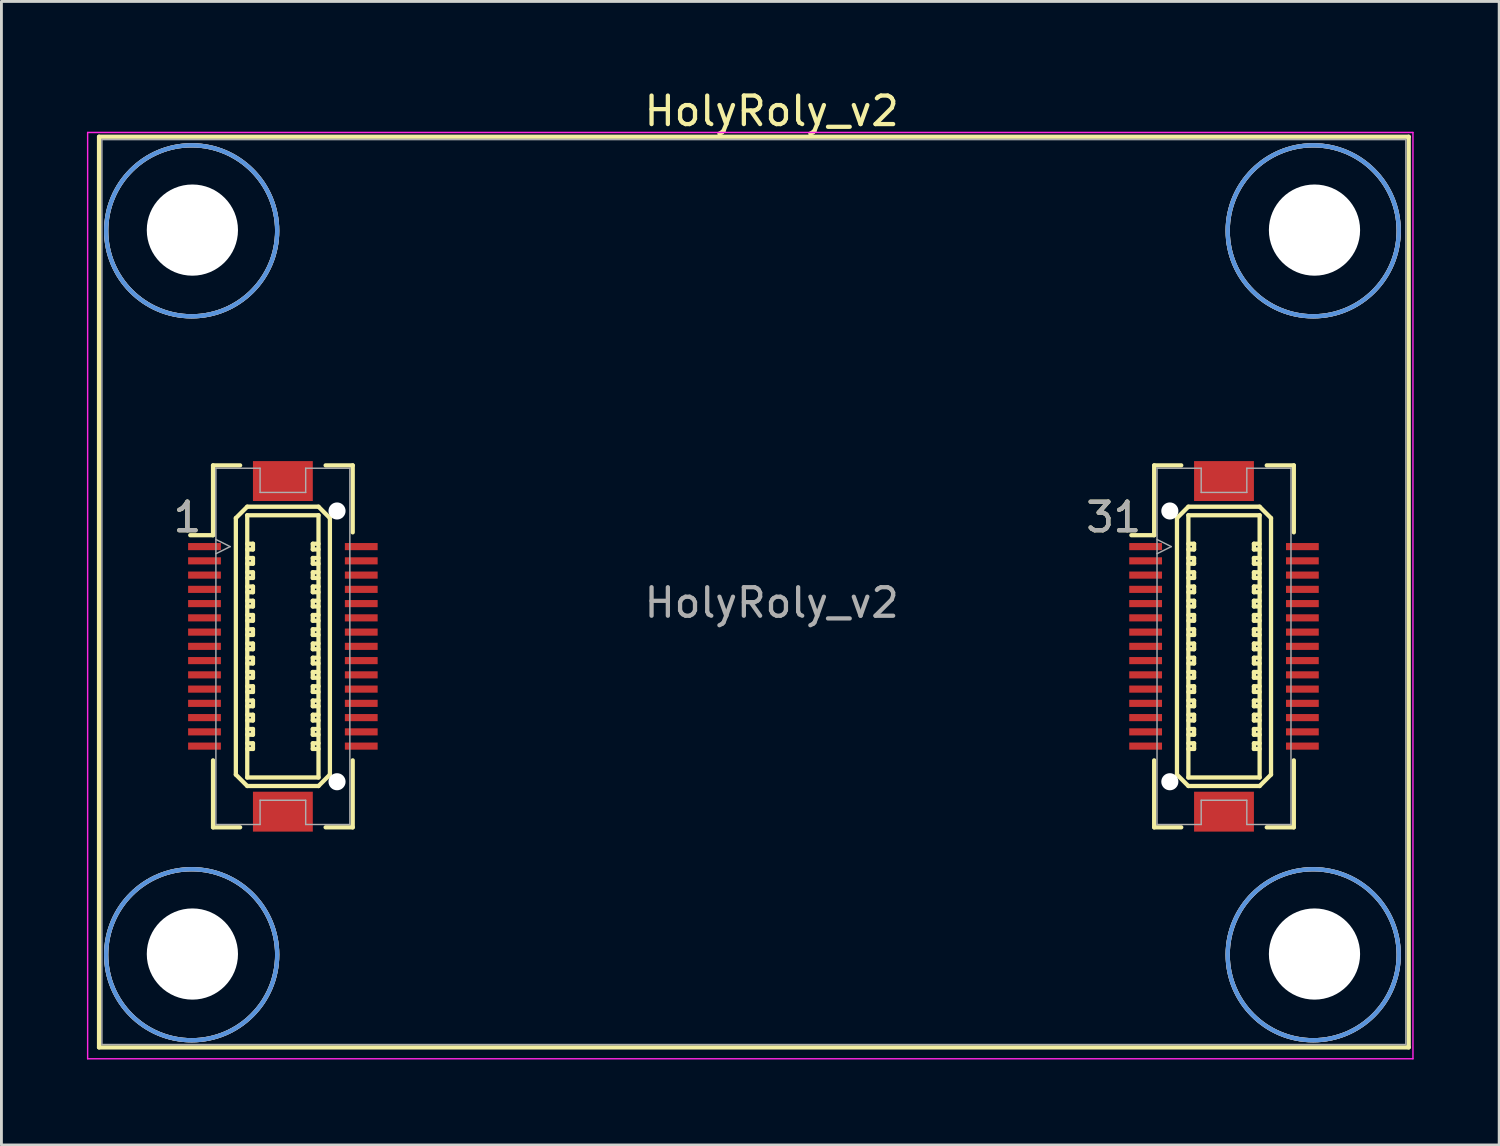
<source format=kicad_pcb>
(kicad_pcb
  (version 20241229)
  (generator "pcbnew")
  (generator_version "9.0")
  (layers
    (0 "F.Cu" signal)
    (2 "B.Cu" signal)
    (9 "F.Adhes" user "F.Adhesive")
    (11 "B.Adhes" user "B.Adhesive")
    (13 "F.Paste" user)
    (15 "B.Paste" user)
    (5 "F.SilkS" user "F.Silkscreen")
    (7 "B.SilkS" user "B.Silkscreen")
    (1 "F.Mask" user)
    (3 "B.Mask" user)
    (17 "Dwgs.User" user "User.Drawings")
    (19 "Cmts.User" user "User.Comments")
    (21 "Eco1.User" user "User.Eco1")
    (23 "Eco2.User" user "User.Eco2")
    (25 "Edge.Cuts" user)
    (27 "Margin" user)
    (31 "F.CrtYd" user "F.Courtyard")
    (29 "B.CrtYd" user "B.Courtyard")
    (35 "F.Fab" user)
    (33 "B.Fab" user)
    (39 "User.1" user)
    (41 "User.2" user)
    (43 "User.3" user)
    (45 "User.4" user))
  (footprint "HolyRoly_v2"
    (layer "F.Cu")
    (at 0.525 33.598)
    (property "Reference" "HolyRoly_v2" (at 23.5 -15.5 0) (layer "F.Fab") (effects (font (size 1 1) (thickness 0.15))))
    (attr smd)
    (fp_line (start -0.1 -31.85) (end 45.85 -31.85) (stroke (width 0.15) (type solid)) (layer "F.SilkS"))
    (fp_line (start -0.1 0.1) (end -0.1 -31.85) (stroke (width 0.15) (type solid)) (layer "F.SilkS"))
    (fp_line (start 3.9 -20.32) (end 3.9 -17.87) (stroke (width 0.15) (type solid)) (layer "F.SilkS"))
    (fp_line (start 3.9 -20.32) (end 4.85 -20.32) (stroke (width 0.15) (type solid)) (layer "F.SilkS"))
    (fp_line (start 3.9 -17.87) (end 3.1 -17.87) (stroke (width 0.15) (type solid)) (layer "F.SilkS"))
    (fp_line (start 3.9 -9.97) (end 3.9 -7.62) (stroke (width 0.15) (type solid)) (layer "F.SilkS"))
    (fp_line (start 3.9 -7.62) (end 4.85 -7.62) (stroke (width 0.15) (type solid)) (layer "F.SilkS"))
    (fp_line (start 4.7 -18.47) (end 5.1 -18.87) (stroke (width 0.15) (type solid)) (layer "F.SilkS"))
    (fp_line (start 4.7 -9.47) (end 4.7 -18.47) (stroke (width 0.15) (type solid)) (layer "F.SilkS"))
    (fp_line (start 5.1 -18.87) (end 7.6 -18.87) (stroke (width 0.15) (type solid)) (layer "F.SilkS"))
    (fp_line (start 5.1 -18.57) (end 7.6 -18.57) (stroke (width 0.15) (type solid)) (layer "F.SilkS"))
    (fp_line (start 5.1 -17.57) (end 5.3 -17.57) (stroke (width 0.15) (type solid)) (layer "F.SilkS"))
    (fp_line (start 5.1 -17.07) (end 5.3 -17.07) (stroke (width 0.15) (type solid)) (layer "F.SilkS"))
    (fp_line (start 5.1 -16.57) (end 5.3 -16.57) (stroke (width 0.15) (type solid)) (layer "F.SilkS"))
    (fp_line (start 5.1 -16.07) (end 5.3 -16.07) (stroke (width 0.15) (type solid)) (layer "F.SilkS"))
    (fp_line (start 5.1 -15.57) (end 5.3 -15.57) (stroke (width 0.15) (type solid)) (layer "F.SilkS"))
    (fp_line (start 5.1 -15.07) (end 5.3 -15.07) (stroke (width 0.15) (type solid)) (layer "F.SilkS"))
    (fp_line (start 5.1 -14.57) (end 5.3 -14.57) (stroke (width 0.15) (type solid)) (layer "F.SilkS"))
    (fp_line (start 5.1 -14.07) (end 5.3 -14.07) (stroke (width 0.15) (type solid)) (layer "F.SilkS"))
    (fp_line (start 5.1 -13.57) (end 5.3 -13.57) (stroke (width 0.15) (type solid)) (layer "F.SilkS"))
    (fp_line (start 5.1 -13.07) (end 5.3 -13.07) (stroke (width 0.15) (type solid)) (layer "F.SilkS"))
    (fp_line (start 5.1 -12.57) (end 5.3 -12.57) (stroke (width 0.15) (type solid)) (layer "F.SilkS"))
    (fp_line (start 5.1 -12.07) (end 5.3 -12.07) (stroke (width 0.15) (type solid)) (layer "F.SilkS"))
    (fp_line (start 5.1 -11.57) (end 5.3 -11.57) (stroke (width 0.15) (type solid)) (layer "F.SilkS"))
    (fp_line (start 5.1 -11.07) (end 5.3 -11.07) (stroke (width 0.15) (type solid)) (layer "F.SilkS"))
    (fp_line (start 5.1 -10.57) (end 5.3 -10.57) (stroke (width 0.15) (type solid)) (layer "F.SilkS"))
    (fp_line (start 5.1 -9.37) (end 5.1 -18.57) (stroke (width 0.15) (type solid)) (layer "F.SilkS"))
    (fp_line (start 5.1 -9.07) (end 4.7 -9.47) (stroke (width 0.15) (type solid)) (layer "F.SilkS"))
    (fp_line (start 5.3 -17.57) (end 5.3 -17.37) (stroke (width 0.15) (type solid)) (layer "F.SilkS"))
    (fp_line (start 5.3 -17.37) (end 5.1 -17.37) (stroke (width 0.15) (type solid)) (layer "F.SilkS"))
    (fp_line (start 5.3 -17.07) (end 5.3 -16.87) (stroke (width 0.15) (type solid)) (layer "F.SilkS"))
    (fp_line (start 5.3 -16.87) (end 5.1 -16.87) (stroke (width 0.15) (type solid)) (layer "F.SilkS"))
    (fp_line (start 5.3 -16.57) (end 5.3 -16.37) (stroke (width 0.15) (type solid)) (layer "F.SilkS"))
    (fp_line (start 5.3 -16.37) (end 5.1 -16.37) (stroke (width 0.15) (type solid)) (layer "F.SilkS"))
    (fp_line (start 5.3 -16.07) (end 5.3 -15.87) (stroke (width 0.15) (type solid)) (layer "F.SilkS"))
    (fp_line (start 5.3 -15.87) (end 5.1 -15.87) (stroke (width 0.15) (type solid)) (layer "F.SilkS"))
    (fp_line (start 5.3 -15.57) (end 5.3 -15.37) (stroke (width 0.15) (type solid)) (layer "F.SilkS"))
    (fp_line (start 5.3 -15.37) (end 5.1 -15.37) (stroke (width 0.15) (type solid)) (layer "F.SilkS"))
    (fp_line (start 5.3 -15.07) (end 5.3 -14.87) (stroke (width 0.15) (type solid)) (layer "F.SilkS"))
    (fp_line (start 5.3 -14.87) (end 5.1 -14.87) (stroke (width 0.15) (type solid)) (layer "F.SilkS"))
    (fp_line (start 5.3 -14.57) (end 5.3 -14.37) (stroke (width 0.15) (type solid)) (layer "F.SilkS"))
    (fp_line (start 5.3 -14.37) (end 5.1 -14.37) (stroke (width 0.15) (type solid)) (layer "F.SilkS"))
    (fp_line (start 5.3 -14.07) (end 5.3 -13.87) (stroke (width 0.15) (type solid)) (layer "F.SilkS"))
    (fp_line (start 5.3 -13.87) (end 5.1 -13.87) (stroke (width 0.15) (type solid)) (layer "F.SilkS"))
    (fp_line (start 5.3 -13.57) (end 5.3 -13.37) (stroke (width 0.15) (type solid)) (layer "F.SilkS"))
    (fp_line (start 5.3 -13.37) (end 5.1 -13.37) (stroke (width 0.15) (type solid)) (layer "F.SilkS"))
    (fp_line (start 5.3 -13.07) (end 5.3 -12.87) (stroke (width 0.15) (type solid)) (layer "F.SilkS"))
    (fp_line (start 5.3 -12.87) (end 5.1 -12.87) (stroke (width 0.15) (type solid)) (layer "F.SilkS"))
    (fp_line (start 5.3 -12.57) (end 5.3 -12.37) (stroke (width 0.15) (type solid)) (layer "F.SilkS"))
    (fp_line (start 5.3 -12.37) (end 5.1 -12.37) (stroke (width 0.15) (type solid)) (layer "F.SilkS"))
    (fp_line (start 5.3 -12.07) (end 5.3 -11.87) (stroke (width 0.15) (type solid)) (layer "F.SilkS"))
    (fp_line (start 5.3 -11.87) (end 5.1 -11.87) (stroke (width 0.15) (type solid)) (layer "F.SilkS"))
    (fp_line (start 5.3 -11.57) (end 5.3 -11.37) (stroke (width 0.15) (type solid)) (layer "F.SilkS"))
    (fp_line (start 5.3 -11.37) (end 5.1 -11.37) (stroke (width 0.15) (type solid)) (layer "F.SilkS"))
    (fp_line (start 5.3 -11.07) (end 5.3 -10.87) (stroke (width 0.15) (type solid)) (layer "F.SilkS"))
    (fp_line (start 5.3 -10.87) (end 5.1 -10.87) (stroke (width 0.15) (type solid)) (layer "F.SilkS"))
    (fp_line (start 5.3 -10.57) (end 5.3 -10.37) (stroke (width 0.15) (type solid)) (layer "F.SilkS"))
    (fp_line (start 5.3 -10.37) (end 5.1 -10.37) (stroke (width 0.15) (type solid)) (layer "F.SilkS"))
    (fp_line (start 7.4 -17.57) (end 7.6 -17.57) (stroke (width 0.15) (type solid)) (layer "F.SilkS"))
    (fp_line (start 7.4 -17.37) (end 7.4 -17.57) (stroke (width 0.15) (type solid)) (layer "F.SilkS"))
    (fp_line (start 7.4 -17.07) (end 7.6 -17.07) (stroke (width 0.15) (type solid)) (layer "F.SilkS"))
    (fp_line (start 7.4 -16.87) (end 7.4 -17.07) (stroke (width 0.15) (type solid)) (layer "F.SilkS"))
    (fp_line (start 7.4 -16.57) (end 7.6 -16.57) (stroke (width 0.15) (type solid)) (layer "F.SilkS"))
    (fp_line (start 7.4 -16.37) (end 7.4 -16.57) (stroke (width 0.15) (type solid)) (layer "F.SilkS"))
    (fp_line (start 7.4 -16.07) (end 7.6 -16.07) (stroke (width 0.15) (type solid)) (layer "F.SilkS"))
    (fp_line (start 7.4 -15.87) (end 7.4 -16.07) (stroke (width 0.15) (type solid)) (layer "F.SilkS"))
    (fp_line (start 7.4 -15.57) (end 7.6 -15.57) (stroke (width 0.15) (type solid)) (layer "F.SilkS"))
    (fp_line (start 7.4 -15.37) (end 7.4 -15.57) (stroke (width 0.15) (type solid)) (layer "F.SilkS"))
    (fp_line (start 7.4 -15.07) (end 7.6 -15.07) (stroke (width 0.15) (type solid)) (layer "F.SilkS"))
    (fp_line (start 7.4 -14.87) (end 7.4 -15.07) (stroke (width 0.15) (type solid)) (layer "F.SilkS"))
    (fp_line (start 7.4 -14.57) (end 7.6 -14.57) (stroke (width 0.15) (type solid)) (layer "F.SilkS"))
    (fp_line (start 7.4 -14.37) (end 7.4 -14.57) (stroke (width 0.15) (type solid)) (layer "F.SilkS"))
    (fp_line (start 7.4 -14.07) (end 7.6 -14.07) (stroke (width 0.15) (type solid)) (layer "F.SilkS"))
    (fp_line (start 7.4 -13.87) (end 7.4 -14.07) (stroke (width 0.15) (type solid)) (layer "F.SilkS"))
    (fp_line (start 7.4 -13.57) (end 7.6 -13.57) (stroke (width 0.15) (type solid)) (layer "F.SilkS"))
    (fp_line (start 7.4 -13.37) (end 7.4 -13.57) (stroke (width 0.15) (type solid)) (layer "F.SilkS"))
    (fp_line (start 7.4 -13.07) (end 7.6 -13.07) (stroke (width 0.15) (type solid)) (layer "F.SilkS"))
    (fp_line (start 7.4 -12.87) (end 7.4 -13.07) (stroke (width 0.15) (type solid)) (layer "F.SilkS"))
    (fp_line (start 7.4 -12.57) (end 7.6 -12.57) (stroke (width 0.15) (type solid)) (layer "F.SilkS"))
    (fp_line (start 7.4 -12.37) (end 7.4 -12.57) (stroke (width 0.15) (type solid)) (layer "F.SilkS"))
    (fp_line (start 7.4 -12.07) (end 7.6 -12.07) (stroke (width 0.15) (type solid)) (layer "F.SilkS"))
    (fp_line (start 7.4 -11.87) (end 7.4 -12.07) (stroke (width 0.15) (type solid)) (layer "F.SilkS"))
    (fp_line (start 7.4 -11.57) (end 7.6 -11.57) (stroke (width 0.15) (type solid)) (layer "F.SilkS"))
    (fp_line (start 7.4 -11.37) (end 7.4 -11.57) (stroke (width 0.15) (type solid)) (layer "F.SilkS"))
    (fp_line (start 7.4 -11.07) (end 7.6 -11.07) (stroke (width 0.15) (type solid)) (layer "F.SilkS"))
    (fp_line (start 7.4 -10.87) (end 7.4 -11.07) (stroke (width 0.15) (type solid)) (layer "F.SilkS"))
    (fp_line (start 7.4 -10.57) (end 7.6 -10.57) (stroke (width 0.15) (type solid)) (layer "F.SilkS"))
    (fp_line (start 7.4 -10.37) (end 7.4 -10.57) (stroke (width 0.15) (type solid)) (layer "F.SilkS"))
    (fp_line (start 7.6 -18.87) (end 8 -18.47) (stroke (width 0.15) (type solid)) (layer "F.SilkS"))
    (fp_line (start 7.6 -18.57) (end 7.6 -9.37) (stroke (width 0.15) (type solid)) (layer "F.SilkS"))
    (fp_line (start 7.6 -17.37) (end 7.4 -17.37) (stroke (width 0.15) (type solid)) (layer "F.SilkS"))
    (fp_line (start 7.6 -16.87) (end 7.4 -16.87) (stroke (width 0.15) (type solid)) (layer "F.SilkS"))
    (fp_line (start 7.6 -16.37) (end 7.4 -16.37) (stroke (width 0.15) (type solid)) (layer "F.SilkS"))
    (fp_line (start 7.6 -15.87) (end 7.4 -15.87) (stroke (width 0.15) (type solid)) (layer "F.SilkS"))
    (fp_line (start 7.6 -15.37) (end 7.4 -15.37) (stroke (width 0.15) (type solid)) (layer "F.SilkS"))
    (fp_line (start 7.6 -14.87) (end 7.4 -14.87) (stroke (width 0.15) (type solid)) (layer "F.SilkS"))
    (fp_line (start 7.6 -14.37) (end 7.4 -14.37) (stroke (width 0.15) (type solid)) (layer "F.SilkS"))
    (fp_line (start 7.6 -13.87) (end 7.4 -13.87) (stroke (width 0.15) (type solid)) (layer "F.SilkS"))
    (fp_line (start 7.6 -13.37) (end 7.4 -13.37) (stroke (width 0.15) (type solid)) (layer "F.SilkS"))
    (fp_line (start 7.6 -12.87) (end 7.4 -12.87) (stroke (width 0.15) (type solid)) (layer "F.SilkS"))
    (fp_line (start 7.6 -12.37) (end 7.4 -12.37) (stroke (width 0.15) (type solid)) (layer "F.SilkS"))
    (fp_line (start 7.6 -11.87) (end 7.4 -11.87) (stroke (width 0.15) (type solid)) (layer "F.SilkS"))
    (fp_line (start 7.6 -11.37) (end 7.4 -11.37) (stroke (width 0.15) (type solid)) (layer "F.SilkS"))
    (fp_line (start 7.6 -10.87) (end 7.4 -10.87) (stroke (width 0.15) (type solid)) (layer "F.SilkS"))
    (fp_line (start 7.6 -10.37) (end 7.4 -10.37) (stroke (width 0.15) (type solid)) (layer "F.SilkS"))
    (fp_line (start 7.6 -9.37) (end 5.1 -9.37) (stroke (width 0.15) (type solid)) (layer "F.SilkS"))
    (fp_line (start 7.6 -9.07) (end 5.1 -9.07) (stroke (width 0.15) (type solid)) (layer "F.SilkS"))
    (fp_line (start 7.6 -9.07) (end 8 -9.47) (stroke (width 0.15) (type solid)) (layer "F.SilkS"))
    (fp_line (start 7.85 -20.32) (end 8.8 -20.32) (stroke (width 0.15) (type solid)) (layer "F.SilkS"))
    (fp_line (start 8 -18.47) (end 8 -9.47) (stroke (width 0.15) (type solid)) (layer "F.SilkS"))
    (fp_line (start 8.8 -20.32) (end 8.8 -17.97) (stroke (width 0.15) (type solid)) (layer "F.SilkS"))
    (fp_line (start 8.8 -9.97) (end 8.8 -7.62) (stroke (width 0.15) (type solid)) (layer "F.SilkS"))
    (fp_line (start 8.8 -7.62) (end 7.85 -7.62) (stroke (width 0.15) (type solid)) (layer "F.SilkS"))
    (fp_line (start 36.92 -20.32) (end 36.92 -17.87) (stroke (width 0.15) (type solid)) (layer "F.SilkS"))
    (fp_line (start 36.92 -20.32) (end 37.87 -20.32) (stroke (width 0.15) (type solid)) (layer "F.SilkS"))
    (fp_line (start 36.92 -17.87) (end 36.12 -17.87) (stroke (width 0.15) (type solid)) (layer "F.SilkS"))
    (fp_line (start 36.92 -9.97) (end 36.92 -7.62) (stroke (width 0.15) (type solid)) (layer "F.SilkS"))
    (fp_line (start 36.92 -7.62) (end 37.87 -7.62) (stroke (width 0.15) (type solid)) (layer "F.SilkS"))
    (fp_line (start 37.72 -18.47) (end 38.12 -18.87) (stroke (width 0.15) (type solid)) (layer "F.SilkS"))
    (fp_line (start 37.72 -9.47) (end 37.72 -18.47) (stroke (width 0.15) (type solid)) (layer "F.SilkS"))
    (fp_line (start 38.12 -18.87) (end 40.62 -18.87) (stroke (width 0.15) (type solid)) (layer "F.SilkS"))
    (fp_line (start 38.12 -18.57) (end 40.62 -18.57) (stroke (width 0.15) (type solid)) (layer "F.SilkS"))
    (fp_line (start 38.12 -17.57) (end 38.32 -17.57) (stroke (width 0.15) (type solid)) (layer "F.SilkS"))
    (fp_line (start 38.12 -17.07) (end 38.32 -17.07) (stroke (width 0.15) (type solid)) (layer "F.SilkS"))
    (fp_line (start 38.12 -16.57) (end 38.32 -16.57) (stroke (width 0.15) (type solid)) (layer "F.SilkS"))
    (fp_line (start 38.12 -16.07) (end 38.32 -16.07) (stroke (width 0.15) (type solid)) (layer "F.SilkS"))
    (fp_line (start 38.12 -15.57) (end 38.32 -15.57) (stroke (width 0.15) (type solid)) (layer "F.SilkS"))
    (fp_line (start 38.12 -15.07) (end 38.32 -15.07) (stroke (width 0.15) (type solid)) (layer "F.SilkS"))
    (fp_line (start 38.12 -14.57) (end 38.32 -14.57) (stroke (width 0.15) (type solid)) (layer "F.SilkS"))
    (fp_line (start 38.12 -14.07) (end 38.32 -14.07) (stroke (width 0.15) (type solid)) (layer "F.SilkS"))
    (fp_line (start 38.12 -13.57) (end 38.32 -13.57) (stroke (width 0.15) (type solid)) (layer "F.SilkS"))
    (fp_line (start 38.12 -13.07) (end 38.32 -13.07) (stroke (width 0.15) (type solid)) (layer "F.SilkS"))
    (fp_line (start 38.12 -12.57) (end 38.32 -12.57) (stroke (width 0.15) (type solid)) (layer "F.SilkS"))
    (fp_line (start 38.12 -12.07) (end 38.32 -12.07) (stroke (width 0.15) (type solid)) (layer "F.SilkS"))
    (fp_line (start 38.12 -11.57) (end 38.32 -11.57) (stroke (width 0.15) (type solid)) (layer "F.SilkS"))
    (fp_line (start 38.12 -11.07) (end 38.32 -11.07) (stroke (width 0.15) (type solid)) (layer "F.SilkS"))
    (fp_line (start 38.12 -10.57) (end 38.32 -10.57) (stroke (width 0.15) (type solid)) (layer "F.SilkS"))
    (fp_line (start 38.12 -9.37) (end 38.12 -18.57) (stroke (width 0.15) (type solid)) (layer "F.SilkS"))
    (fp_line (start 38.12 -9.07) (end 37.72 -9.47) (stroke (width 0.15) (type solid)) (layer "F.SilkS"))
    (fp_line (start 38.32 -17.57) (end 38.32 -17.37) (stroke (width 0.15) (type solid)) (layer "F.SilkS"))
    (fp_line (start 38.32 -17.37) (end 38.12 -17.37) (stroke (width 0.15) (type solid)) (layer "F.SilkS"))
    (fp_line (start 38.32 -17.07) (end 38.32 -16.87) (stroke (width 0.15) (type solid)) (layer "F.SilkS"))
    (fp_line (start 38.32 -16.87) (end 38.12 -16.87) (stroke (width 0.15) (type solid)) (layer "F.SilkS"))
    (fp_line (start 38.32 -16.57) (end 38.32 -16.37) (stroke (width 0.15) (type solid)) (layer "F.SilkS"))
    (fp_line (start 38.32 -16.37) (end 38.12 -16.37) (stroke (width 0.15) (type solid)) (layer "F.SilkS"))
    (fp_line (start 38.32 -16.07) (end 38.32 -15.87) (stroke (width 0.15) (type solid)) (layer "F.SilkS"))
    (fp_line (start 38.32 -15.87) (end 38.12 -15.87) (stroke (width 0.15) (type solid)) (layer "F.SilkS"))
    (fp_line (start 38.32 -15.57) (end 38.32 -15.37) (stroke (width 0.15) (type solid)) (layer "F.SilkS"))
    (fp_line (start 38.32 -15.37) (end 38.12 -15.37) (stroke (width 0.15) (type solid)) (layer "F.SilkS"))
    (fp_line (start 38.32 -15.07) (end 38.32 -14.87) (stroke (width 0.15) (type solid)) (layer "F.SilkS"))
    (fp_line (start 38.32 -14.87) (end 38.12 -14.87) (stroke (width 0.15) (type solid)) (layer "F.SilkS"))
    (fp_line (start 38.32 -14.57) (end 38.32 -14.37) (stroke (width 0.15) (type solid)) (layer "F.SilkS"))
    (fp_line (start 38.32 -14.37) (end 38.12 -14.37) (stroke (width 0.15) (type solid)) (layer "F.SilkS"))
    (fp_line (start 38.32 -14.07) (end 38.32 -13.87) (stroke (width 0.15) (type solid)) (layer "F.SilkS"))
    (fp_line (start 38.32 -13.87) (end 38.12 -13.87) (stroke (width 0.15) (type solid)) (layer "F.SilkS"))
    (fp_line (start 38.32 -13.57) (end 38.32 -13.37) (stroke (width 0.15) (type solid)) (layer "F.SilkS"))
    (fp_line (start 38.32 -13.37) (end 38.12 -13.37) (stroke (width 0.15) (type solid)) (layer "F.SilkS"))
    (fp_line (start 38.32 -13.07) (end 38.32 -12.87) (stroke (width 0.15) (type solid)) (layer "F.SilkS"))
    (fp_line (start 38.32 -12.87) (end 38.12 -12.87) (stroke (width 0.15) (type solid)) (layer "F.SilkS"))
    (fp_line (start 38.32 -12.57) (end 38.32 -12.37) (stroke (width 0.15) (type solid)) (layer "F.SilkS"))
    (fp_line (start 38.32 -12.37) (end 38.12 -12.37) (stroke (width 0.15) (type solid)) (layer "F.SilkS"))
    (fp_line (start 38.32 -12.07) (end 38.32 -11.87) (stroke (width 0.15) (type solid)) (layer "F.SilkS"))
    (fp_line (start 38.32 -11.87) (end 38.12 -11.87) (stroke (width 0.15) (type solid)) (layer "F.SilkS"))
    (fp_line (start 38.32 -11.57) (end 38.32 -11.37) (stroke (width 0.15) (type solid)) (layer "F.SilkS"))
    (fp_line (start 38.32 -11.37) (end 38.12 -11.37) (stroke (width 0.15) (type solid)) (layer "F.SilkS"))
    (fp_line (start 38.32 -11.07) (end 38.32 -10.87) (stroke (width 0.15) (type solid)) (layer "F.SilkS"))
    (fp_line (start 38.32 -10.87) (end 38.12 -10.87) (stroke (width 0.15) (type solid)) (layer "F.SilkS"))
    (fp_line (start 38.32 -10.57) (end 38.32 -10.37) (stroke (width 0.15) (type solid)) (layer "F.SilkS"))
    (fp_line (start 38.32 -10.37) (end 38.12 -10.37) (stroke (width 0.15) (type solid)) (layer "F.SilkS"))
    (fp_line (start 40.42 -17.57) (end 40.62 -17.57) (stroke (width 0.15) (type solid)) (layer "F.SilkS"))
    (fp_line (start 40.42 -17.37) (end 40.42 -17.57) (stroke (width 0.15) (type solid)) (layer "F.SilkS"))
    (fp_line (start 40.42 -17.07) (end 40.62 -17.07) (stroke (width 0.15) (type solid)) (layer "F.SilkS"))
    (fp_line (start 40.42 -16.87) (end 40.42 -17.07) (stroke (width 0.15) (type solid)) (layer "F.SilkS"))
    (fp_line (start 40.42 -16.57) (end 40.62 -16.57) (stroke (width 0.15) (type solid)) (layer "F.SilkS"))
    (fp_line (start 40.42 -16.37) (end 40.42 -16.57) (stroke (width 0.15) (type solid)) (layer "F.SilkS"))
    (fp_line (start 40.42 -16.07) (end 40.62 -16.07) (stroke (width 0.15) (type solid)) (layer "F.SilkS"))
    (fp_line (start 40.42 -15.87) (end 40.42 -16.07) (stroke (width 0.15) (type solid)) (layer "F.SilkS"))
    (fp_line (start 40.42 -15.57) (end 40.62 -15.57) (stroke (width 0.15) (type solid)) (layer "F.SilkS"))
    (fp_line (start 40.42 -15.37) (end 40.42 -15.57) (stroke (width 0.15) (type solid)) (layer "F.SilkS"))
    (fp_line (start 40.42 -15.07) (end 40.62 -15.07) (stroke (width 0.15) (type solid)) (layer "F.SilkS"))
    (fp_line (start 40.42 -14.87) (end 40.42 -15.07) (stroke (width 0.15) (type solid)) (layer "F.SilkS"))
    (fp_line (start 40.42 -14.57) (end 40.62 -14.57) (stroke (width 0.15) (type solid)) (layer "F.SilkS"))
    (fp_line (start 40.42 -14.37) (end 40.42 -14.57) (stroke (width 0.15) (type solid)) (layer "F.SilkS"))
    (fp_line (start 40.42 -14.07) (end 40.62 -14.07) (stroke (width 0.15) (type solid)) (layer "F.SilkS"))
    (fp_line (start 40.42 -13.87) (end 40.42 -14.07) (stroke (width 0.15) (type solid)) (layer "F.SilkS"))
    (fp_line (start 40.42 -13.57) (end 40.62 -13.57) (stroke (width 0.15) (type solid)) (layer "F.SilkS"))
    (fp_line (start 40.42 -13.37) (end 40.42 -13.57) (stroke (width 0.15) (type solid)) (layer "F.SilkS"))
    (fp_line (start 40.42 -13.07) (end 40.62 -13.07) (stroke (width 0.15) (type solid)) (layer "F.SilkS"))
    (fp_line (start 40.42 -12.87) (end 40.42 -13.07) (stroke (width 0.15) (type solid)) (layer "F.SilkS"))
    (fp_line (start 40.42 -12.57) (end 40.62 -12.57) (stroke (width 0.15) (type solid)) (layer "F.SilkS"))
    (fp_line (start 40.42 -12.37) (end 40.42 -12.57) (stroke (width 0.15) (type solid)) (layer "F.SilkS"))
    (fp_line (start 40.42 -12.07) (end 40.62 -12.07) (stroke (width 0.15) (type solid)) (layer "F.SilkS"))
    (fp_line (start 40.42 -11.87) (end 40.42 -12.07) (stroke (width 0.15) (type solid)) (layer "F.SilkS"))
    (fp_line (start 40.42 -11.57) (end 40.62 -11.57) (stroke (width 0.15) (type solid)) (layer "F.SilkS"))
    (fp_line (start 40.42 -11.37) (end 40.42 -11.57) (stroke (width 0.15) (type solid)) (layer "F.SilkS"))
    (fp_line (start 40.42 -11.07) (end 40.62 -11.07) (stroke (width 0.15) (type solid)) (layer "F.SilkS"))
    (fp_line (start 40.42 -10.87) (end 40.42 -11.07) (stroke (width 0.15) (type solid)) (layer "F.SilkS"))
    (fp_line (start 40.42 -10.57) (end 40.62 -10.57) (stroke (width 0.15) (type solid)) (layer "F.SilkS"))
    (fp_line (start 40.42 -10.37) (end 40.42 -10.57) (stroke (width 0.15) (type solid)) (layer "F.SilkS"))
    (fp_line (start 40.62 -18.87) (end 41.02 -18.47) (stroke (width 0.15) (type solid)) (layer "F.SilkS"))
    (fp_line (start 40.62 -18.57) (end 40.62 -9.37) (stroke (width 0.15) (type solid)) (layer "F.SilkS"))
    (fp_line (start 40.62 -17.37) (end 40.42 -17.37) (stroke (width 0.15) (type solid)) (layer "F.SilkS"))
    (fp_line (start 40.62 -16.87) (end 40.42 -16.87) (stroke (width 0.15) (type solid)) (layer "F.SilkS"))
    (fp_line (start 40.62 -16.37) (end 40.42 -16.37) (stroke (width 0.15) (type solid)) (layer "F.SilkS"))
    (fp_line (start 40.62 -15.87) (end 40.42 -15.87) (stroke (width 0.15) (type solid)) (layer "F.SilkS"))
    (fp_line (start 40.62 -15.37) (end 40.42 -15.37) (stroke (width 0.15) (type solid)) (layer "F.SilkS"))
    (fp_line (start 40.62 -14.87) (end 40.42 -14.87) (stroke (width 0.15) (type solid)) (layer "F.SilkS"))
    (fp_line (start 40.62 -14.37) (end 40.42 -14.37) (stroke (width 0.15) (type solid)) (layer "F.SilkS"))
    (fp_line (start 40.62 -13.87) (end 40.42 -13.87) (stroke (width 0.15) (type solid)) (layer "F.SilkS"))
    (fp_line (start 40.62 -13.37) (end 40.42 -13.37) (stroke (width 0.15) (type solid)) (layer "F.SilkS"))
    (fp_line (start 40.62 -12.87) (end 40.42 -12.87) (stroke (width 0.15) (type solid)) (layer "F.SilkS"))
    (fp_line (start 40.62 -12.37) (end 40.42 -12.37) (stroke (width 0.15) (type solid)) (layer "F.SilkS"))
    (fp_line (start 40.62 -11.87) (end 40.42 -11.87) (stroke (width 0.15) (type solid)) (layer "F.SilkS"))
    (fp_line (start 40.62 -11.37) (end 40.42 -11.37) (stroke (width 0.15) (type solid)) (layer "F.SilkS"))
    (fp_line (start 40.62 -10.87) (end 40.42 -10.87) (stroke (width 0.15) (type solid)) (layer "F.SilkS"))
    (fp_line (start 40.62 -10.37) (end 40.42 -10.37) (stroke (width 0.15) (type solid)) (layer "F.SilkS"))
    (fp_line (start 40.62 -9.37) (end 38.12 -9.37) (stroke (width 0.15) (type solid)) (layer "F.SilkS"))
    (fp_line (start 40.62 -9.07) (end 38.12 -9.07) (stroke (width 0.15) (type solid)) (layer "F.SilkS"))
    (fp_line (start 40.62 -9.07) (end 41.02 -9.47) (stroke (width 0.15) (type solid)) (layer "F.SilkS"))
    (fp_line (start 40.87 -20.32) (end 41.82 -20.32) (stroke (width 0.15) (type solid)) (layer "F.SilkS"))
    (fp_line (start 41.02 -18.47) (end 41.02 -9.47) (stroke (width 0.15) (type solid)) (layer "F.SilkS"))
    (fp_line (start 41.82 -20.32) (end 41.82 -17.97) (stroke (width 0.15) (type solid)) (layer "F.SilkS"))
    (fp_line (start 41.82 -9.97) (end 41.82 -7.62) (stroke (width 0.15) (type solid)) (layer "F.SilkS"))
    (fp_line (start 41.82 -7.62) (end 40.87 -7.62) (stroke (width 0.15) (type solid)) (layer "F.SilkS"))
    (fp_line (start 45.85 -31.85) (end 45.85 0.1) (stroke (width 0.15) (type solid)) (layer "F.SilkS"))
    (fp_line (start 45.85 0.1) (end -0.1 0.1) (stroke (width 0.15) (type solid)) (layer "F.SilkS"))
    (fp_circle (center 3.15 -28.55) (end 0.15 -28.55) (stroke (width 0.15) (type solid)) (fill no) (layer "F.SilkS"))
    (fp_circle (center 3.15 -3.15) (end 0.15 -3.1) (stroke (width 0.15) (type solid)) (fill no) (layer "F.SilkS"))
    (fp_circle (center 42.5 -28.55) (end 39.5 -28.55) (stroke (width 0.15) (type solid)) (fill no) (layer "F.SilkS"))
    (fp_circle (center 42.5 -3.15) (end 39.5 -3.15) (stroke (width 0.15) (type solid)) (fill no) (layer "F.SilkS"))
    (fp_circle (center 3.15 -28.55) (end 0.15 -28.55) (stroke (width 0.15) (type solid)) (fill no) (layer "B.SilkS"))
    (fp_circle (center 3.15 -3.15) (end 0.15 -3.1) (stroke (width 0.15) (type solid)) (fill no) (layer "B.SilkS"))
    (fp_circle (center 42.5 -28.55) (end 39.5 -28.55) (stroke (width 0.15) (type solid)) (fill no) (layer "B.SilkS"))
    (fp_circle (center 42.5 -3.15) (end 39.5 -3.15) (stroke (width 0.15) (type solid)) (fill no) (layer "B.SilkS"))
    (fp_circle (center 3.15 -28.55) (end 0.15 -28.55) (stroke (width 0.15) (type solid)) (fill no) (layer "Cmts.User"))
    (fp_circle (center 3.15 -3.15) (end 0.15 -3.1) (stroke (width 0.15) (type solid)) (fill no) (layer "Cmts.User"))
    (fp_circle (center 42.5 -28.55) (end 39.5 -28.55) (stroke (width 0.15) (type solid)) (fill no) (layer "Cmts.User"))
    (fp_circle (center 42.5 -3.15) (end 39.5 -3.15) (stroke (width 0.15) (type solid)) (fill no) (layer "Cmts.User"))
    (fp_line (start -0.5 -32) (end -0.5 0.5) (stroke (width 0.05) (type solid)) (layer "F.CrtYd"))
    (fp_line (start -0.5 0.5) (end 46 0.5) (stroke (width 0.05) (type solid)) (layer "F.CrtYd"))
    (fp_line (start 46 -32) (end -0.5 -32) (stroke (width 0.05) (type solid)) (layer "F.CrtYd"))
    (fp_line (start 46 0.5) (end 46 -32) (stroke (width 0.05) (type solid)) (layer "F.CrtYd"))
    (fp_line (start 0 -31.75) (end 45.75 -31.75) (stroke (width 0.05) (type solid)) (layer "F.Fab"))
    (fp_line (start 0 0) (end 0 -31.75) (stroke (width 0.05) (type solid)) (layer "F.Fab"))
    (fp_line (start 4 -20.22) (end 4 -7.72) (stroke (width 0.05) (type solid)) (layer "F.Fab"))
    (fp_line (start 4 -20.22) (end 5.55 -20.22) (stroke (width 0.05) (type solid)) (layer "F.Fab"))
    (fp_line (start 4 -17.22) (end 4.5 -17.47) (stroke (width 0.05) (type solid)) (layer "F.Fab"))
    (fp_line (start 4 -7.72) (end 5.55 -7.72) (stroke (width 0.05) (type solid)) (layer "F.Fab"))
    (fp_line (start 4.5 -17.47) (end 4 -17.72) (stroke (width 0.05) (type solid)) (layer "F.Fab"))
    (fp_line (start 5.55 -20.22) (end 5.55 -19.37) (stroke (width 0.05) (type solid)) (layer "F.Fab"))
    (fp_line (start 5.55 -19.37) (end 7.15 -19.37) (stroke (width 0.05) (type solid)) (layer "F.Fab"))
    (fp_line (start 5.55 -8.57) (end 5.55 -7.72) (stroke (width 0.05) (type solid)) (layer "F.Fab"))
    (fp_line (start 5.55 -8.57) (end 7.15 -8.57) (stroke (width 0.05) (type solid)) (layer "F.Fab"))
    (fp_line (start 7.15 -20.22) (end 8.7 -20.22) (stroke (width 0.05) (type solid)) (layer "F.Fab"))
    (fp_line (start 7.15 -19.37) (end 7.15 -20.22) (stroke (width 0.05) (type solid)) (layer "F.Fab"))
    (fp_line (start 7.15 -7.72) (end 7.15 -8.57) (stroke (width 0.05) (type solid)) (layer "F.Fab"))
    (fp_line (start 7.15 -7.72) (end 8.7 -7.72) (stroke (width 0.05) (type solid)) (layer "F.Fab"))
    (fp_line (start 8.7 -20.22) (end 8.7 -7.72) (stroke (width 0.05) (type solid)) (layer "F.Fab"))
    (fp_line (start 37.02 -20.22) (end 37.02 -7.72) (stroke (width 0.05) (type solid)) (layer "F.Fab"))
    (fp_line (start 37.02 -20.22) (end 38.57 -20.22) (stroke (width 0.05) (type solid)) (layer "F.Fab"))
    (fp_line (start 37.02 -17.22) (end 37.52 -17.47) (stroke (width 0.05) (type solid)) (layer "F.Fab"))
    (fp_line (start 37.02 -7.72) (end 38.57 -7.72) (stroke (width 0.05) (type solid)) (layer "F.Fab"))
    (fp_line (start 37.52 -17.47) (end 37.02 -17.72) (stroke (width 0.05) (type solid)) (layer "F.Fab"))
    (fp_line (start 38.57 -20.22) (end 38.57 -19.37) (stroke (width 0.05) (type solid)) (layer "F.Fab"))
    (fp_line (start 38.57 -19.37) (end 40.17 -19.37) (stroke (width 0.05) (type solid)) (layer "F.Fab"))
    (fp_line (start 38.57 -8.57) (end 38.57 -7.72) (stroke (width 0.05) (type solid)) (layer "F.Fab"))
    (fp_line (start 38.57 -8.57) (end 40.17 -8.57) (stroke (width 0.05) (type solid)) (layer "F.Fab"))
    (fp_line (start 40.17 -20.22) (end 41.72 -20.22) (stroke (width 0.05) (type solid)) (layer "F.Fab"))
    (fp_line (start 40.17 -19.37) (end 40.17 -20.22) (stroke (width 0.05) (type solid)) (layer "F.Fab"))
    (fp_line (start 40.17 -7.72) (end 40.17 -8.57) (stroke (width 0.05) (type solid)) (layer "F.Fab"))
    (fp_line (start 40.17 -7.72) (end 41.72 -7.72) (stroke (width 0.05) (type solid)) (layer "F.Fab"))
    (fp_line (start 41.72 -20.22) (end 41.72 -7.72) (stroke (width 0.05) (type solid)) (layer "F.Fab"))
    (fp_line (start 45.75 -31.75) (end 45.75 0) (stroke (width 0.05) (type solid)) (layer "F.Fab"))
    (fp_line (start 45.75 0) (end 0 0) (stroke (width 0.05) (type solid)) (layer "F.Fab"))
    (fp_text user "1" (at 3 -18.5 0) (layer "F.SilkS") (effects (font (size 1 1) (thickness 0.15))))
    (fp_text user "${REFERENCE}" (at 23.5 -32.75 0) (layer "F.SilkS") (effects (font (size 1 1) (thickness 0.15))))
    (fp_text user "31" (at 35.5 -18.5 0) (layer "F.SilkS") (effects (font (size 1 1) (thickness 0.15))))
    (fp_text user "31" (at 35.5 -18.5 0) (layer "F.Fab") (effects (font (size 1 1) (thickness 0.15))))
    (fp_text user "1" (at 3 -18.5 0) (layer "F.Fab") (effects (font (size 1 1) (thickness 0.15))))
    (pad "" np_thru_hole circle (at 3.175 -28.575) (size 3.2 3.2) (drill 3.2) (layers "*.Cu"))
    (pad "" np_thru_hole circle (at 3.175 -3.175) (size 3.2 3.2) (drill 3.2) (layers "*.Cu"))
    (pad "" smd rect (at 6.35 -19.77) (size 2.1 1.4) (layers "F.Cu" "F.Mask" "F.Paste"))
    (pad "" smd rect (at 6.35 -8.17) (size 2.1 1.4) (layers "F.Cu" "F.Mask" "F.Paste"))
    (pad "" np_thru_hole circle (at 8.25 -18.72) (size 0.6 0.6) (drill 0.6) (layers "*.Cu"))
    (pad "" np_thru_hole circle (at 8.25 -9.22) (size 0.6 0.6) (drill 0.6) (layers "*.Cu"))
    (pad "" np_thru_hole circle (at 37.47 -18.72 180) (size 0.6 0.6) (drill 0.6) (layers "*.Cu"))
    (pad "" np_thru_hole circle (at 37.47 -9.22 180) (size 0.6 0.6) (drill 0.6) (layers "*.Cu"))
    (pad "" smd rect (at 39.37 -19.77 180) (size 2.1 1.4) (layers "F.Cu" "F.Mask" "F.Paste"))
    (pad "" smd rect (at 39.37 -8.17 180) (size 2.1 1.4) (layers "F.Cu" "F.Mask" "F.Paste"))
    (pad "" np_thru_hole circle (at 42.545 -28.575) (size 3.2 3.2) (drill 3.2) (layers "*.Cu"))
    (pad "" np_thru_hole circle (at 42.545 -3.175) (size 3.2 3.2) (drill 3.2) (layers "*.Cu"))
    (pad "1" smd rect (at 3.6 -17.47) (size 1.15 0.25) (layers "F.Cu" "F.Mask" "F.Paste"))
    (pad "2" smd rect (at 3.6 -16.97) (size 1.15 0.25) (layers "F.Cu" "F.Mask" "F.Paste"))
    (pad "3" smd rect (at 3.6 -16.47) (size 1.15 0.25) (layers "F.Cu" "F.Mask" "F.Paste"))
    (pad "4" smd rect (at 3.6 -15.97) (size 1.15 0.25) (layers "F.Cu" "F.Mask" "F.Paste"))
    (pad "5" smd rect (at 3.6 -15.47) (size 1.15 0.25) (layers "F.Cu" "F.Mask" "F.Paste"))
    (pad "6" smd rect (at 3.6 -14.97) (size 1.15 0.25) (layers "F.Cu" "F.Mask" "F.Paste"))
    (pad "7" smd rect (at 3.6 -14.47) (size 1.15 0.25) (layers "F.Cu" "F.Mask" "F.Paste"))
    (pad "8" smd rect (at 3.6 -13.97) (size 1.15 0.25) (layers "F.Cu" "F.Mask" "F.Paste"))
    (pad "9" smd rect (at 3.6 -13.47) (size 1.15 0.25) (layers "F.Cu" "F.Mask" "F.Paste"))
    (pad "10" smd rect (at 3.6 -12.97) (size 1.15 0.25) (layers "F.Cu" "F.Mask" "F.Paste"))
    (pad "11" smd rect (at 3.6 -12.47) (size 1.15 0.25) (layers "F.Cu" "F.Mask" "F.Paste"))
    (pad "12" smd rect (at 3.6 -11.97) (size 1.15 0.25) (layers "F.Cu" "F.Mask" "F.Paste"))
    (pad "13" smd rect (at 3.6 -11.47) (size 1.15 0.25) (layers "F.Cu" "F.Mask" "F.Paste"))
    (pad "14" smd rect (at 3.6 -10.97) (size 1.15 0.25) (layers "F.Cu" "F.Mask" "F.Paste"))
    (pad "15" smd rect (at 3.6 -10.47) (size 1.15 0.25) (layers "F.Cu" "F.Mask" "F.Paste"))
    (pad "16" smd rect (at 9.1 -10.47) (size 1.15 0.25) (layers "F.Cu" "F.Mask" "F.Paste"))
    (pad "17" smd rect (at 9.1 -10.97) (size 1.15 0.25) (layers "F.Cu" "F.Mask" "F.Paste"))
    (pad "18" smd rect (at 9.1 -11.47) (size 1.15 0.25) (layers "F.Cu" "F.Mask" "F.Paste"))
    (pad "19" smd rect (at 9.1 -11.97) (size 1.15 0.25) (layers "F.Cu" "F.Mask" "F.Paste"))
    (pad "20" smd rect (at 9.1 -12.47) (size 1.15 0.25) (layers "F.Cu" "F.Mask" "F.Paste"))
    (pad "21" smd rect (at 9.1 -12.97) (size 1.15 0.25) (layers "F.Cu" "F.Mask" "F.Paste"))
    (pad "22" smd rect (at 9.1 -13.47) (size 1.15 0.25) (layers "F.Cu" "F.Mask" "F.Paste"))
    (pad "23" smd rect (at 9.1 -13.97) (size 1.15 0.25) (layers "F.Cu" "F.Mask" "F.Paste"))
    (pad "24" smd rect (at 9.1 -14.47) (size 1.15 0.25) (layers "F.Cu" "F.Mask" "F.Paste"))
    (pad "25" smd rect (at 9.1 -14.97) (size 1.15 0.25) (layers "F.Cu" "F.Mask" "F.Paste"))
    (pad "26" smd rect (at 9.1 -15.47) (size 1.15 0.25) (layers "F.Cu" "F.Mask" "F.Paste"))
    (pad "27" smd rect (at 9.1 -15.97) (size 1.15 0.25) (layers "F.Cu" "F.Mask" "F.Paste"))
    (pad "28" smd rect (at 9.1 -16.47) (size 1.15 0.25) (layers "F.Cu" "F.Mask" "F.Paste"))
    (pad "29" smd rect (at 9.1 -16.97) (size 1.15 0.25) (layers "F.Cu" "F.Mask" "F.Paste"))
    (pad "30" smd rect (at 9.1 -17.47) (size 1.15 0.25) (layers "F.Cu" "F.Mask" "F.Paste"))
    (pad "31" smd rect (at 36.62 -17.47) (size 1.15 0.25) (layers "F.Cu" "F.Mask" "F.Paste"))
    (pad "32" smd rect (at 36.62 -16.97) (size 1.15 0.25) (layers "F.Cu" "F.Mask" "F.Paste"))
    (pad "33" smd rect (at 36.62 -16.47) (size 1.15 0.25) (layers "F.Cu" "F.Mask" "F.Paste"))
    (pad "34" smd rect (at 36.62 -15.97) (size 1.15 0.25) (layers "F.Cu" "F.Mask" "F.Paste"))
    (pad "35" smd rect (at 36.62 -15.47) (size 1.15 0.25) (layers "F.Cu" "F.Mask" "F.Paste"))
    (pad "36" smd rect (at 36.62 -14.97) (size 1.15 0.25) (layers "F.Cu" "F.Mask" "F.Paste"))
    (pad "37" smd rect (at 36.62 -14.47) (size 1.15 0.25) (layers "F.Cu" "F.Mask" "F.Paste"))
    (pad "38" smd rect (at 36.62 -13.97) (size 1.15 0.25) (layers "F.Cu" "F.Mask" "F.Paste"))
    (pad "39" smd rect (at 36.62 -13.47) (size 1.15 0.25) (layers "F.Cu" "F.Mask" "F.Paste"))
    (pad "40" smd rect (at 36.62 -12.97) (size 1.15 0.25) (layers "F.Cu" "F.Mask" "F.Paste"))
    (pad "41" smd rect (at 36.62 -12.47) (size 1.15 0.25) (layers "F.Cu" "F.Mask" "F.Paste"))
    (pad "42" smd rect (at 36.62 -11.97) (size 1.15 0.25) (layers "F.Cu" "F.Mask" "F.Paste"))
    (pad "43" smd rect (at 36.62 -11.47) (size 1.15 0.25) (layers "F.Cu" "F.Mask" "F.Paste"))
    (pad "44" smd rect (at 36.62 -10.97) (size 1.15 0.25) (layers "F.Cu" "F.Mask" "F.Paste"))
    (pad "45" smd rect (at 36.62 -10.47) (size 1.15 0.25) (layers "F.Cu" "F.Mask" "F.Paste"))
    (pad "46" smd rect (at 42.12 -10.47) (size 1.15 0.25) (layers "F.Cu" "F.Mask" "F.Paste"))
    (pad "47" smd rect (at 42.12 -10.97) (size 1.15 0.25) (layers "F.Cu" "F.Mask" "F.Paste"))
    (pad "48" smd rect (at 42.12 -11.47) (size 1.15 0.25) (layers "F.Cu" "F.Mask" "F.Paste"))
    (pad "49" smd rect (at 42.12 -11.97) (size 1.15 0.25) (layers "F.Cu" "F.Mask" "F.Paste"))
    (pad "50" smd rect (at 42.12 -12.47) (size 1.15 0.25) (layers "F.Cu" "F.Mask" "F.Paste"))
    (pad "51" smd rect (at 42.12 -12.97) (size 1.15 0.25) (layers "F.Cu" "F.Mask" "F.Paste"))
    (pad "52" smd rect (at 42.12 -13.47) (size 1.15 0.25) (layers "F.Cu" "F.Mask" "F.Paste"))
    (pad "53" smd rect (at 42.12 -13.97) (size 1.15 0.25) (layers "F.Cu" "F.Mask" "F.Paste"))
    (pad "54" smd rect (at 42.12 -14.47) (size 1.15 0.25) (layers "F.Cu" "F.Mask" "F.Paste"))
    (pad "55" smd rect (at 42.12 -14.97) (size 1.15 0.25) (layers "F.Cu" "F.Mask" "F.Paste"))
    (pad "56" smd rect (at 42.12 -15.47) (size 1.15 0.25) (layers "F.Cu" "F.Mask" "F.Paste"))
    (pad "57" smd rect (at 42.12 -15.97) (size 1.15 0.25) (layers "F.Cu" "F.Mask" "F.Paste"))
    (pad "58" smd rect (at 42.12 -16.47) (size 1.15 0.25) (layers "F.Cu" "F.Mask" "F.Paste"))
    (pad "59" smd rect (at 42.12 -16.97) (size 1.15 0.25) (layers "F.Cu" "F.Mask" "F.Paste"))
    (pad "60" smd rect (at 42.12 -17.47) (size 1.15 0.25) (layers "F.Cu" "F.Mask" "F.Paste")))
  (gr_rect
    (start -3 -3)
    (end 49.55 37.123)
    (stroke (width 0.1) (type default))
    (fill no)
    (layer "Edge.Cuts")))
</source>
